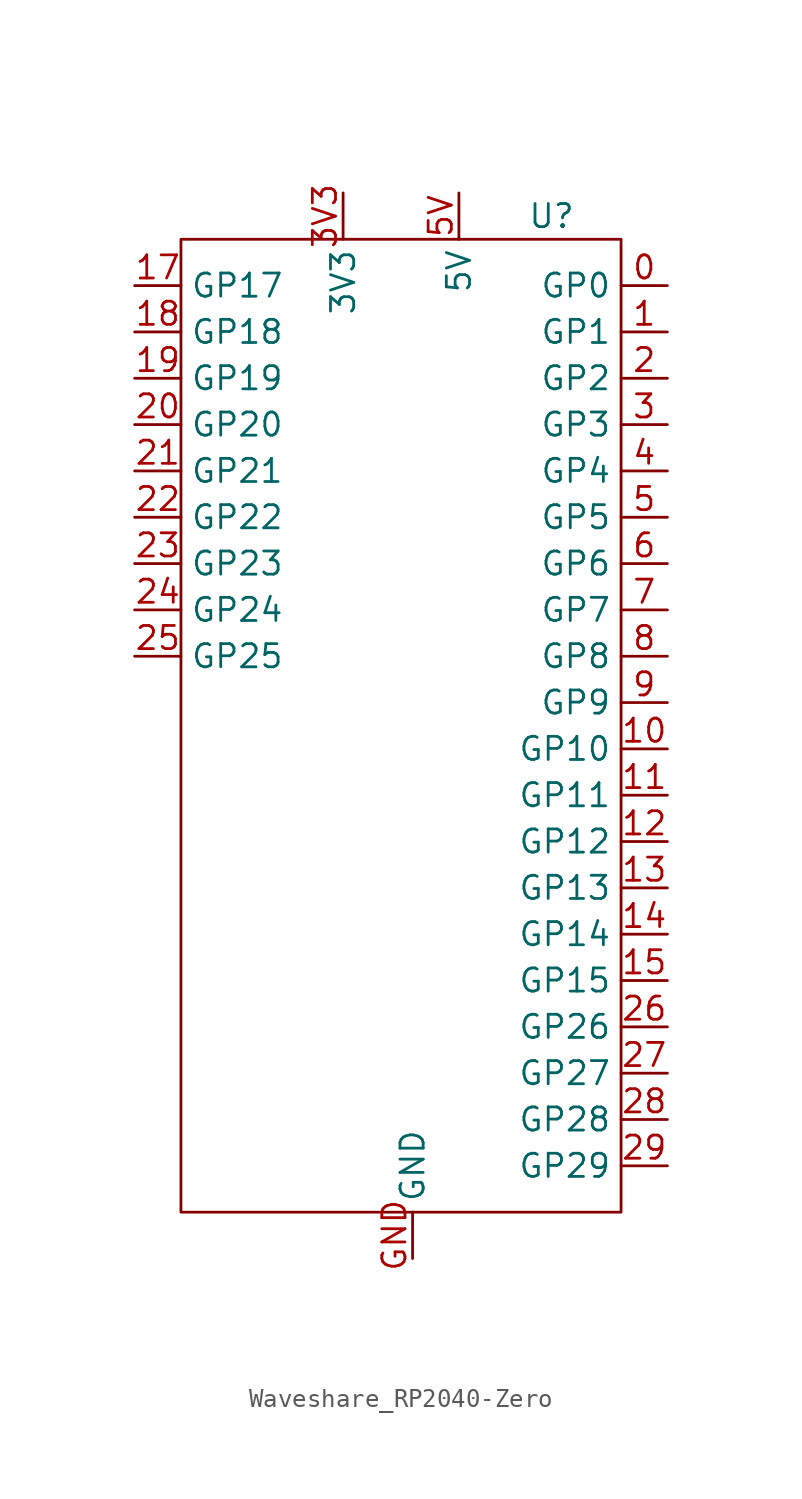
<source format=kicad_sym>
(kicad_symbol_lib
  (version 20220914)
  (generator kicad_symbol_editor)
  (symbol "Waveshare_RP2040-Zero"
    (property "Reference" "U"
      (at 7.62 26.67 0)
      (effects (font (size 1.27 1.27))))
    (property "Value" ""
      (at 7.62 20.32 0)
      (effects (font (size 1.27 1.27))))
    (symbol "Waveshare_RP2040-Zero_0_1"
      (rectangle (start -12.7 25.4) (end 11.43 -27.94) (stroke (width 0) (type default)) (fill (type none))))
    (symbol "Waveshare_RP2040-Zero_1_1"
      (pin passive line (at 13.97 22.86 180) (length 2.54) (name "GP0" (effects (font (size 1.27 1.27)))) (number "0" (effects (font (size 1.27 1.27)))))
      (pin passive line (at 13.97 20.32 180) (length 2.54) (name "GP1" (effects (font (size 1.27 1.27)))) (number "1" (effects (font (size 1.27 1.27)))))
      (pin passive line (at 13.97 -2.54 180) (length 2.54) (name "GP10" (effects (font (size 1.27 1.27)))) (number "10" (effects (font (size 1.27 1.27)))))
      (pin passive line (at 13.97 -5.08 180) (length 2.54) (name "GP11" (effects (font (size 1.27 1.27)))) (number "11" (effects (font (size 1.27 1.27)))))
      (pin passive line (at 13.97 -7.62 180) (length 2.54) (name "GP12" (effects (font (size 1.27 1.27)))) (number "12" (effects (font (size 1.27 1.27)))))
      (pin passive line (at 13.97 -10.16 180) (length 2.54) (name "GP13" (effects (font (size 1.27 1.27)))) (number "13" (effects (font (size 1.27 1.27)))))
      (pin passive line (at 13.97 -12.7 180) (length 2.54) (name "GP14" (effects (font (size 1.27 1.27)))) (number "14" (effects (font (size 1.27 1.27)))))
      (pin passive line (at 13.97 -15.24 180) (length 2.54) (name "GP15" (effects (font (size 1.27 1.27)))) (number "15" (effects (font (size 1.27 1.27)))))
      (pin passive line (at -15.24 22.86 0) (length 2.54) (name "GP17" (effects (font (size 1.27 1.27)))) (number "17" (effects (font (size 1.27 1.27)))))
      (pin passive line (at -15.24 20.32 0) (length 2.54) (name "GP18" (effects (font (size 1.27 1.27)))) (number "18" (effects (font (size 1.27 1.27)))))
      (pin passive line (at -15.24 17.78 0) (length 2.54) (name "GP19" (effects (font (size 1.27 1.27)))) (number "19" (effects (font (size 1.27 1.27)))))
      (pin passive line (at 13.97 17.78 180) (length 2.54) (name "GP2" (effects (font (size 1.27 1.27)))) (number "2" (effects (font (size 1.27 1.27)))))
      (pin passive line (at -15.24 15.24 0) (length 2.54) (name "GP20" (effects (font (size 1.27 1.27)))) (number "20" (effects (font (size 1.27 1.27)))))
      (pin passive line (at -15.24 12.7 0) (length 2.54) (name "GP21" (effects (font (size 1.27 1.27)))) (number "21" (effects (font (size 1.27 1.27)))))
      (pin passive line (at -15.24 10.16 0) (length 2.54) (name "GP22" (effects (font (size 1.27 1.27)))) (number "22" (effects (font (size 1.27 1.27)))))
      (pin passive line (at -15.24 7.62 0) (length 2.54) (name "GP23" (effects (font (size 1.27 1.27)))) (number "23" (effects (font (size 1.27 1.27)))))
      (pin passive line (at -15.24 5.08 0) (length 2.54) (name "GP24" (effects (font (size 1.27 1.27)))) (number "24" (effects (font (size 1.27 1.27)))))
      (pin passive line (at -15.24 2.54 0) (length 2.54) (name "GP25" (effects (font (size 1.27 1.27)))) (number "25" (effects (font (size 1.27 1.27)))))
      (pin passive line (at 13.97 -17.78 180) (length 2.54) (name "GP26" (effects (font (size 1.27 1.27)))) (number "26" (effects (font (size 1.27 1.27)))))
      (pin passive line (at 13.97 -20.32 180) (length 2.54) (name "GP27" (effects (font (size 1.27 1.27)))) (number "27" (effects (font (size 1.27 1.27)))))
      (pin passive line (at 13.97 -22.86 180) (length 2.54) (name "GP28" (effects (font (size 1.27 1.27)))) (number "28" (effects (font (size 1.27 1.27)))))
      (pin passive line (at 13.97 -25.4 180) (length 2.54) (name "GP29" (effects (font (size 1.27 1.27)))) (number "29" (effects (font (size 1.27 1.27)))))
      (pin passive line (at 13.97 15.24 180) (length 2.54) (name "GP3" (effects (font (size 1.27 1.27)))) (number "3" (effects (font (size 1.27 1.27)))))
      (pin power_out line (at -3.81 27.94 270) (length 2.54) (name "3V3" (effects (font (size 1.27 1.27)))) (number "3V3" (effects (font (size 1.27 1.27)))))
      (pin passive line (at 13.97 12.7 180) (length 2.54) (name "GP4" (effects (font (size 1.27 1.27)))) (number "4" (effects (font (size 1.27 1.27)))))
      (pin passive line (at 13.97 10.16 180) (length 2.54) (name "GP5" (effects (font (size 1.27 1.27)))) (number "5" (effects (font (size 1.27 1.27)))))
      (pin power_out line (at 2.54 27.94 270) (length 2.54) (name "5V" (effects (font (size 1.27 1.27)))) (number "5V" (effects (font (size 1.27 1.27)))))
      (pin passive line (at 13.97 7.62 180) (length 2.54) (name "GP6" (effects (font (size 1.27 1.27)))) (number "6" (effects (font (size 1.27 1.27)))))
      (pin passive line (at 13.97 5.08 180) (length 2.54) (name "GP7" (effects (font (size 1.27 1.27)))) (number "7" (effects (font (size 1.27 1.27)))))
      (pin passive line (at 13.97 2.54 180) (length 2.54) (name "GP8" (effects (font (size 1.27 1.27)))) (number "8" (effects (font (size 1.27 1.27)))))
      (pin passive line (at 13.97 0 180) (length 2.54) (name "GP9" (effects (font (size 1.27 1.27)))) (number "9" (effects (font (size 1.27 1.27)))))
      (pin passive line (at 0 -30.48 90) (length 2.54) (name "GND" (effects (font (size 1.27 1.27)))) (number "GND" (effects (font (size 1.27 1.27))))))))
</source>
